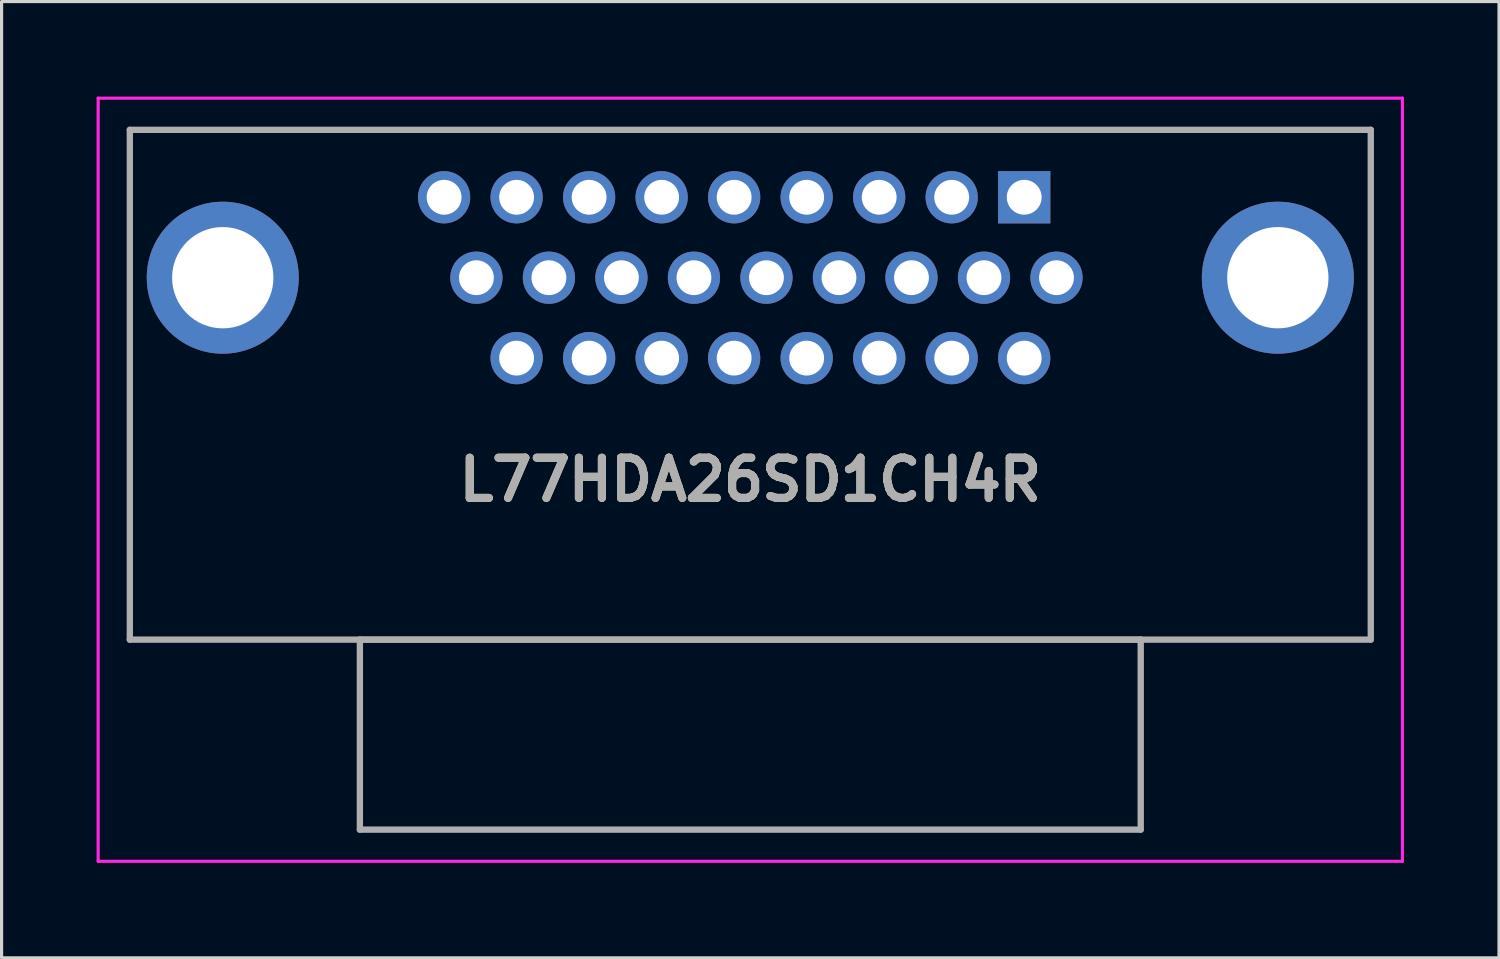
<source format=kicad_pcb>
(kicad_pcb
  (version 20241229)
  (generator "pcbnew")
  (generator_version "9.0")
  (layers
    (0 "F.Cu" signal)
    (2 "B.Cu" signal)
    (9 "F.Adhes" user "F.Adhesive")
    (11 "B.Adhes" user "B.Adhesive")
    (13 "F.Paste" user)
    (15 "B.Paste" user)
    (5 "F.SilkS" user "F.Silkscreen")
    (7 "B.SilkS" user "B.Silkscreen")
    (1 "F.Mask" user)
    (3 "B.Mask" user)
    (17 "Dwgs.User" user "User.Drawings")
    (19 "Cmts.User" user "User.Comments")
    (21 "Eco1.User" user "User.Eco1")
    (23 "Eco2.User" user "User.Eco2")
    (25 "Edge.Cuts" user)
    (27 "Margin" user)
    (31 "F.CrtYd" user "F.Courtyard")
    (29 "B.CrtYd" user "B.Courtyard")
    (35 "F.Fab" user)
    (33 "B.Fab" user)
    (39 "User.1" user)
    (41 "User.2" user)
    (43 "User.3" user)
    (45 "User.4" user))
  (footprint "L77HDA26SD1CH4R"
    (layer "F.Cu")
    (at 29.295 3.18)
    (property "Reference" "L77HDA26SD1CH4R" (at -8.65 8.92 0) (layer "F.SilkS") (effects (font (size 1.27 1.27) (thickness 0.254))))
    (attr through_hole)
    (fp_line (start -28.245 -2.13) (end 10.945 -2.13) (stroke (width 0.1) (type solid)) (layer "F.SilkS"))
    (fp_line (start -28.245 13.97) (end -28.245 -2.13) (stroke (width 0.1) (type solid)) (layer "F.SilkS"))
    (fp_line (start -20.98 13.97) (end 3.68 13.97) (stroke (width 0.1) (type solid)) (layer "F.SilkS"))
    (fp_line (start -20.98 19.97) (end -20.98 13.97) (stroke (width 0.1) (type solid)) (layer "F.SilkS"))
    (fp_line (start 3.68 13.97) (end 3.68 19.97) (stroke (width 0.1) (type solid)) (layer "F.SilkS"))
    (fp_line (start 3.68 19.97) (end -20.98 19.97) (stroke (width 0.1) (type solid)) (layer "F.SilkS"))
    (fp_line (start 10.945 -2.13) (end 10.945 13.97) (stroke (width 0.1) (type solid)) (layer "F.SilkS"))
    (fp_line (start 10.945 13.97) (end -28.245 13.97) (stroke (width 0.1) (type solid)) (layer "F.SilkS"))
    (fp_line (start -29.245 -3.13) (end 11.945 -3.13) (stroke (width 0.1) (type solid)) (layer "F.CrtYd"))
    (fp_line (start -29.245 20.97) (end -29.245 -3.13) (stroke (width 0.1) (type solid)) (layer "F.CrtYd"))
    (fp_line (start 11.945 -3.13) (end 11.945 20.97) (stroke (width 0.1) (type solid)) (layer "F.CrtYd"))
    (fp_line (start 11.945 20.97) (end -29.245 20.97) (stroke (width 0.1) (type solid)) (layer "F.CrtYd"))
    (fp_line (start -28.245 -2.13) (end -28.245 13.97) (stroke (width 0.2) (type solid)) (layer "F.Fab"))
    (fp_line (start -28.245 13.97) (end 10.945 13.97) (stroke (width 0.2) (type solid)) (layer "F.Fab"))
    (fp_line (start -20.98 13.97) (end 3.68 13.97) (stroke (width 0.2) (type solid)) (layer "F.Fab"))
    (fp_line (start -20.98 19.97) (end -20.98 13.97) (stroke (width 0.2) (type solid)) (layer "F.Fab"))
    (fp_line (start 3.68 13.97) (end 3.68 19.97) (stroke (width 0.2) (type solid)) (layer "F.Fab"))
    (fp_line (start 3.68 19.97) (end -20.98 19.97) (stroke (width 0.2) (type solid)) (layer "F.Fab"))
    (fp_line (start 10.945 -2.13) (end -28.245 -2.13) (stroke (width 0.2) (type solid)) (layer "F.Fab"))
    (fp_line (start 10.945 13.97) (end 10.945 -2.13) (stroke (width 0.2) (type solid)) (layer "F.Fab"))
    (fp_text user "${REFERENCE}" (at -8.65 8.92 0) (layer "F.Fab") (effects (font (size 1.27 1.27) (thickness 0.254))))
    (pad "0" thru_hole circle (at -25.31 2.54) (size 4.8 4.8) (drill 3.2) (layers "*.Cu" "*.Mask"))
    (pad "0" thru_hole circle (at 8.01 2.54) (size 4.8 4.8) (drill 3.2) (layers "*.Cu" "*.Mask"))
    (pad "1" thru_hole rect (at 0 0) (size 1.65 1.65) (drill 1.1) (layers "*.Cu" "*.Mask"))
    (pad "2" thru_hole circle (at -2.29 0) (size 1.65 1.65) (drill 1.1) (layers "*.Cu" "*.Mask"))
    (pad "3" thru_hole circle (at -4.58 0) (size 1.65 1.65) (drill 1.1) (layers "*.Cu" "*.Mask"))
    (pad "4" thru_hole circle (at -6.87 0) (size 1.65 1.65) (drill 1.1) (layers "*.Cu" "*.Mask"))
    (pad "5" thru_hole circle (at -9.16 0) (size 1.65 1.65) (drill 1.1) (layers "*.Cu" "*.Mask"))
    (pad "6" thru_hole circle (at -11.45 0) (size 1.65 1.65) (drill 1.1) (layers "*.Cu" "*.Mask"))
    (pad "7" thru_hole circle (at -13.74 0) (size 1.65 1.65) (drill 1.1) (layers "*.Cu" "*.Mask"))
    (pad "8" thru_hole circle (at -16.03 0) (size 1.65 1.65) (drill 1.1) (layers "*.Cu" "*.Mask"))
    (pad "9" thru_hole circle (at -18.32 0) (size 1.65 1.65) (drill 1.1) (layers "*.Cu" "*.Mask"))
    (pad "10" thru_hole circle (at 1.02 2.54) (size 1.65 1.65) (drill 1.1) (layers "*.Cu" "*.Mask"))
    (pad "11" thru_hole circle (at -1.27 2.54) (size 1.65 1.65) (drill 1.1) (layers "*.Cu" "*.Mask"))
    (pad "12" thru_hole circle (at -3.56 2.54) (size 1.65 1.65) (drill 1.1) (layers "*.Cu" "*.Mask"))
    (pad "13" thru_hole circle (at -5.85 2.54) (size 1.65 1.65) (drill 1.1) (layers "*.Cu" "*.Mask"))
    (pad "14" thru_hole circle (at -8.14 2.54) (size 1.65 1.65) (drill 1.1) (layers "*.Cu" "*.Mask"))
    (pad "15" thru_hole circle (at -10.43 2.54) (size 1.65 1.65) (drill 1.1) (layers "*.Cu" "*.Mask"))
    (pad "16" thru_hole circle (at -12.72 2.54) (size 1.65 1.65) (drill 1.1) (layers "*.Cu" "*.Mask"))
    (pad "17" thru_hole circle (at -15.01 2.54) (size 1.65 1.65) (drill 1.1) (layers "*.Cu" "*.Mask"))
    (pad "18" thru_hole circle (at -17.3 2.54) (size 1.65 1.65) (drill 1.1) (layers "*.Cu" "*.Mask"))
    (pad "19" thru_hole circle (at 0 5.08) (size 1.65 1.65) (drill 1.1) (layers "*.Cu" "*.Mask"))
    (pad "20" thru_hole circle (at -2.29 5.08) (size 1.65 1.65) (drill 1.1) (layers "*.Cu" "*.Mask"))
    (pad "21" thru_hole circle (at -4.58 5.08) (size 1.65 1.65) (drill 1.1) (layers "*.Cu" "*.Mask"))
    (pad "22" thru_hole circle (at -6.87 5.08) (size 1.65 1.65) (drill 1.1) (layers "*.Cu" "*.Mask"))
    (pad "23" thru_hole circle (at -9.16 5.08) (size 1.65 1.65) (drill 1.1) (layers "*.Cu" "*.Mask"))
    (pad "24" thru_hole circle (at -11.45 5.08) (size 1.65 1.65) (drill 1.1) (layers "*.Cu" "*.Mask"))
    (pad "25" thru_hole circle (at -13.74 5.08) (size 1.65 1.65) (drill 1.1) (layers "*.Cu" "*.Mask"))
    (pad "26" thru_hole circle (at -16.03 5.08) (size 1.65 1.65) (drill 1.1) (layers "*.Cu" "*.Mask")))
  (gr_rect
    (start -3 -3)
    (end 44.29 27.2)
    (stroke (width 0.1) (type default))
    (fill no)
    (layer "Edge.Cuts")))
</source>
